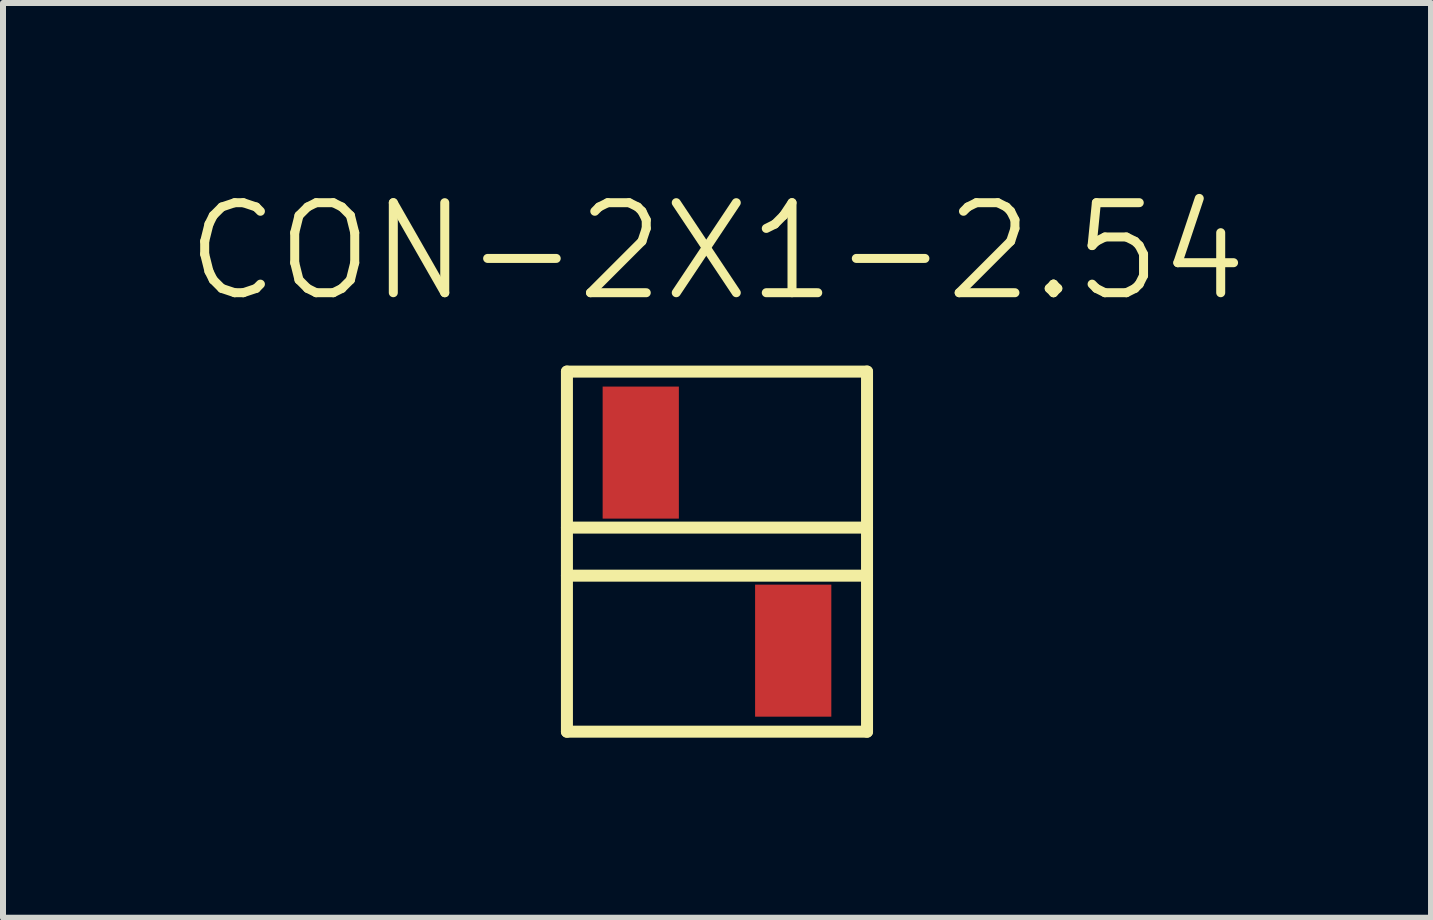
<source format=kicad_pcb>
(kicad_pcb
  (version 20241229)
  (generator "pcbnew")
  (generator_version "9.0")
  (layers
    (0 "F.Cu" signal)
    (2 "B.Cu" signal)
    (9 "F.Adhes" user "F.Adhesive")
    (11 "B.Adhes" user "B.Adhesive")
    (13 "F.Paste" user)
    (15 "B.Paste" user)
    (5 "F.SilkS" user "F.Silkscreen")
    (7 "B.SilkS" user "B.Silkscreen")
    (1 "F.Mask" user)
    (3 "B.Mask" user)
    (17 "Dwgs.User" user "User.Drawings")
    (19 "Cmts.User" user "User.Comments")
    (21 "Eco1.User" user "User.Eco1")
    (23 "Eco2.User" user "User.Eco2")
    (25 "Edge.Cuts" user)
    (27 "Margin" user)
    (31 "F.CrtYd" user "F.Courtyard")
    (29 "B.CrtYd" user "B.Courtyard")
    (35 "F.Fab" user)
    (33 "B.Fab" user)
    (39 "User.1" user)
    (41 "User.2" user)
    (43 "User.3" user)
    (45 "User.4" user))
  (footprint "CON-2X1-2.54"
    (layer "F.Cu")
    (at 8.896 6.141)
    (property "Reference" "CON-2X1-2.54" (at 0 -5 0) (layer "F.SilkS") (effects (font (size 1.5 1.5) (thickness 0.15))))
    (attr through_hole)
    (fp_line (start -2.5 -3) (end 2.5 -3) (stroke (width 0.2) (type solid)) (layer "F.SilkS"))
    (fp_line (start -2.5 -0.4) (end 2.5 -0.4) (stroke (width 0.2) (type solid)) (layer "F.SilkS"))
    (fp_line (start -2.5 3) (end -2.5 -3) (stroke (width 0.2) (type solid)) (layer "F.SilkS"))
    (fp_line (start 2.5 -3) (end 2.5 3) (stroke (width 0.2) (type solid)) (layer "F.SilkS"))
    (fp_line (start 2.5 0.4) (end -2.5 0.4) (stroke (width 0.2) (type solid)) (layer "F.SilkS"))
    (fp_line (start 2.5 3) (end -2.5 3) (stroke (width 0.2) (type solid)) (layer "F.SilkS"))
    (pad "1" smd rect (at -1.27 -1.65) (size 1.27 2.2) (layers "F.Cu" "F.Mask" "F.Paste"))
    (pad "2" smd rect (at 1.27 1.65) (size 1.27 2.2) (layers "F.Cu" "F.Mask" "F.Paste")))
  (gr_rect
    (start -3 -3)
    (end 20.793 12.241)
    (stroke (width 0.1) (type default))
    (fill no)
    (layer "Edge.Cuts")))
</source>
